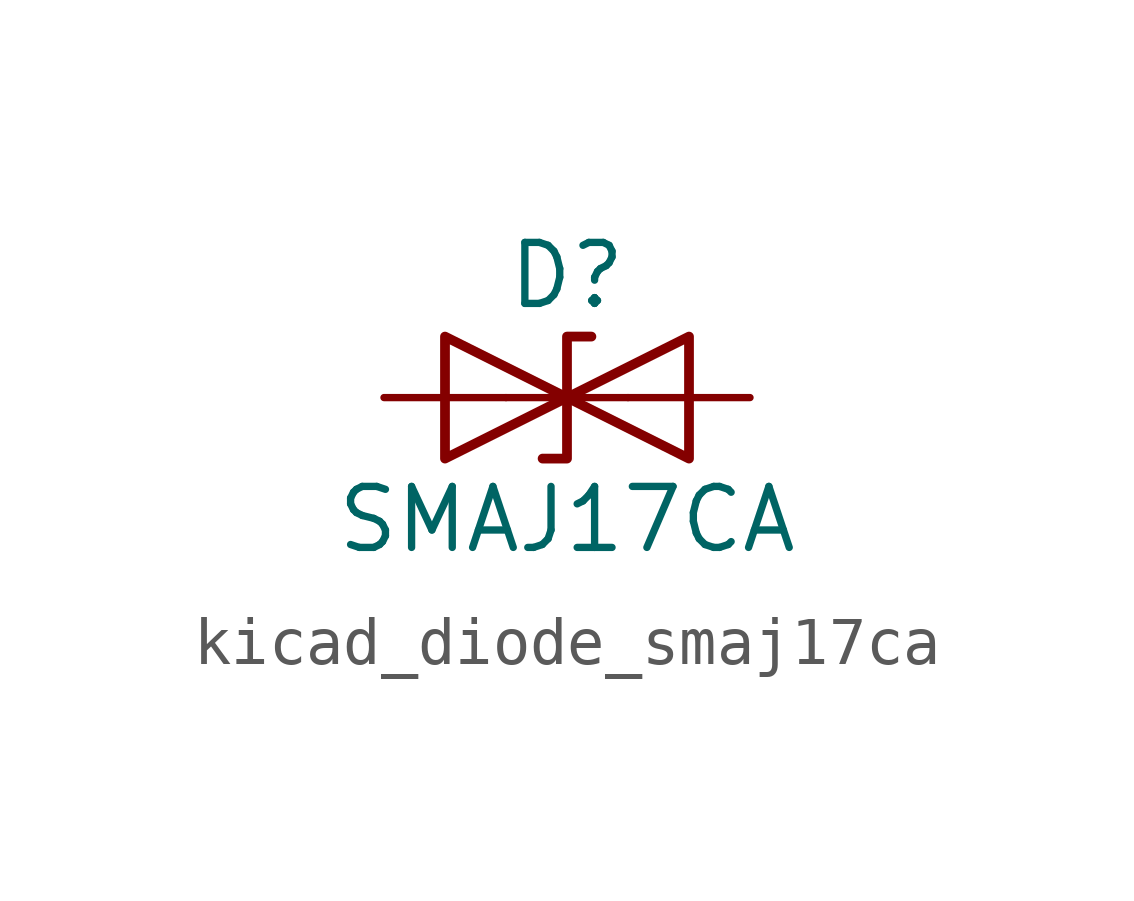
<source format=kicad_sym>
(kicad_symbol_lib
  (version 20220914)
  (generator kicad_symbol_editor)
  (symbol "kicad_diode_smaj17ca"
    (pin_numbers hide)
    (pin_names
      (offset 1.016) hide)
    (property "Reference" "D"
      (at 0 2.54 0)
      (effects (font (size 1.27 1.27))))
    (property "Value" "SMAJ17CA"
      (at 0 -2.54 0)
      (effects (font (size 1.27 1.27))))
    (symbol "kicad_diode_smaj17ca_0_1"
      (polyline (pts (xy 1.27 0) (xy -1.27 0)) (stroke (width 0) (type default)) (fill (type none)))
      (polyline (pts (xy -2.54 -1.27) (xy 0 0) (xy -2.54 1.27) (xy -2.54 -1.27)) (stroke (width 0.203) (type default)) (fill (type none)))
      (polyline (pts (xy 0.508 1.27) (xy 0 1.27) (xy 0 -1.27) (xy -0.508 -1.27)) (stroke (width 0.203) (type default)) (fill (type none)))
      (polyline (pts (xy 2.54 1.27) (xy 2.54 -1.27) (xy 0 0) (xy 2.54 1.27)) (stroke (width 0.203) (type default)) (fill (type none))))
    (symbol "kicad_diode_smaj17ca_1_1"
      (pin passive line (at -3.81 0 0) (length 2.54) (name "A1" (effects (font (size 1.27 1.27)))) (number "1" (effects (font (size 1.27 1.27)))))
      (pin passive line (at 3.81 0 180) (length 2.54) (name "A2" (effects (font (size 1.27 1.27)))) (number "2" (effects (font (size 1.27 1.27))))))))
</source>
